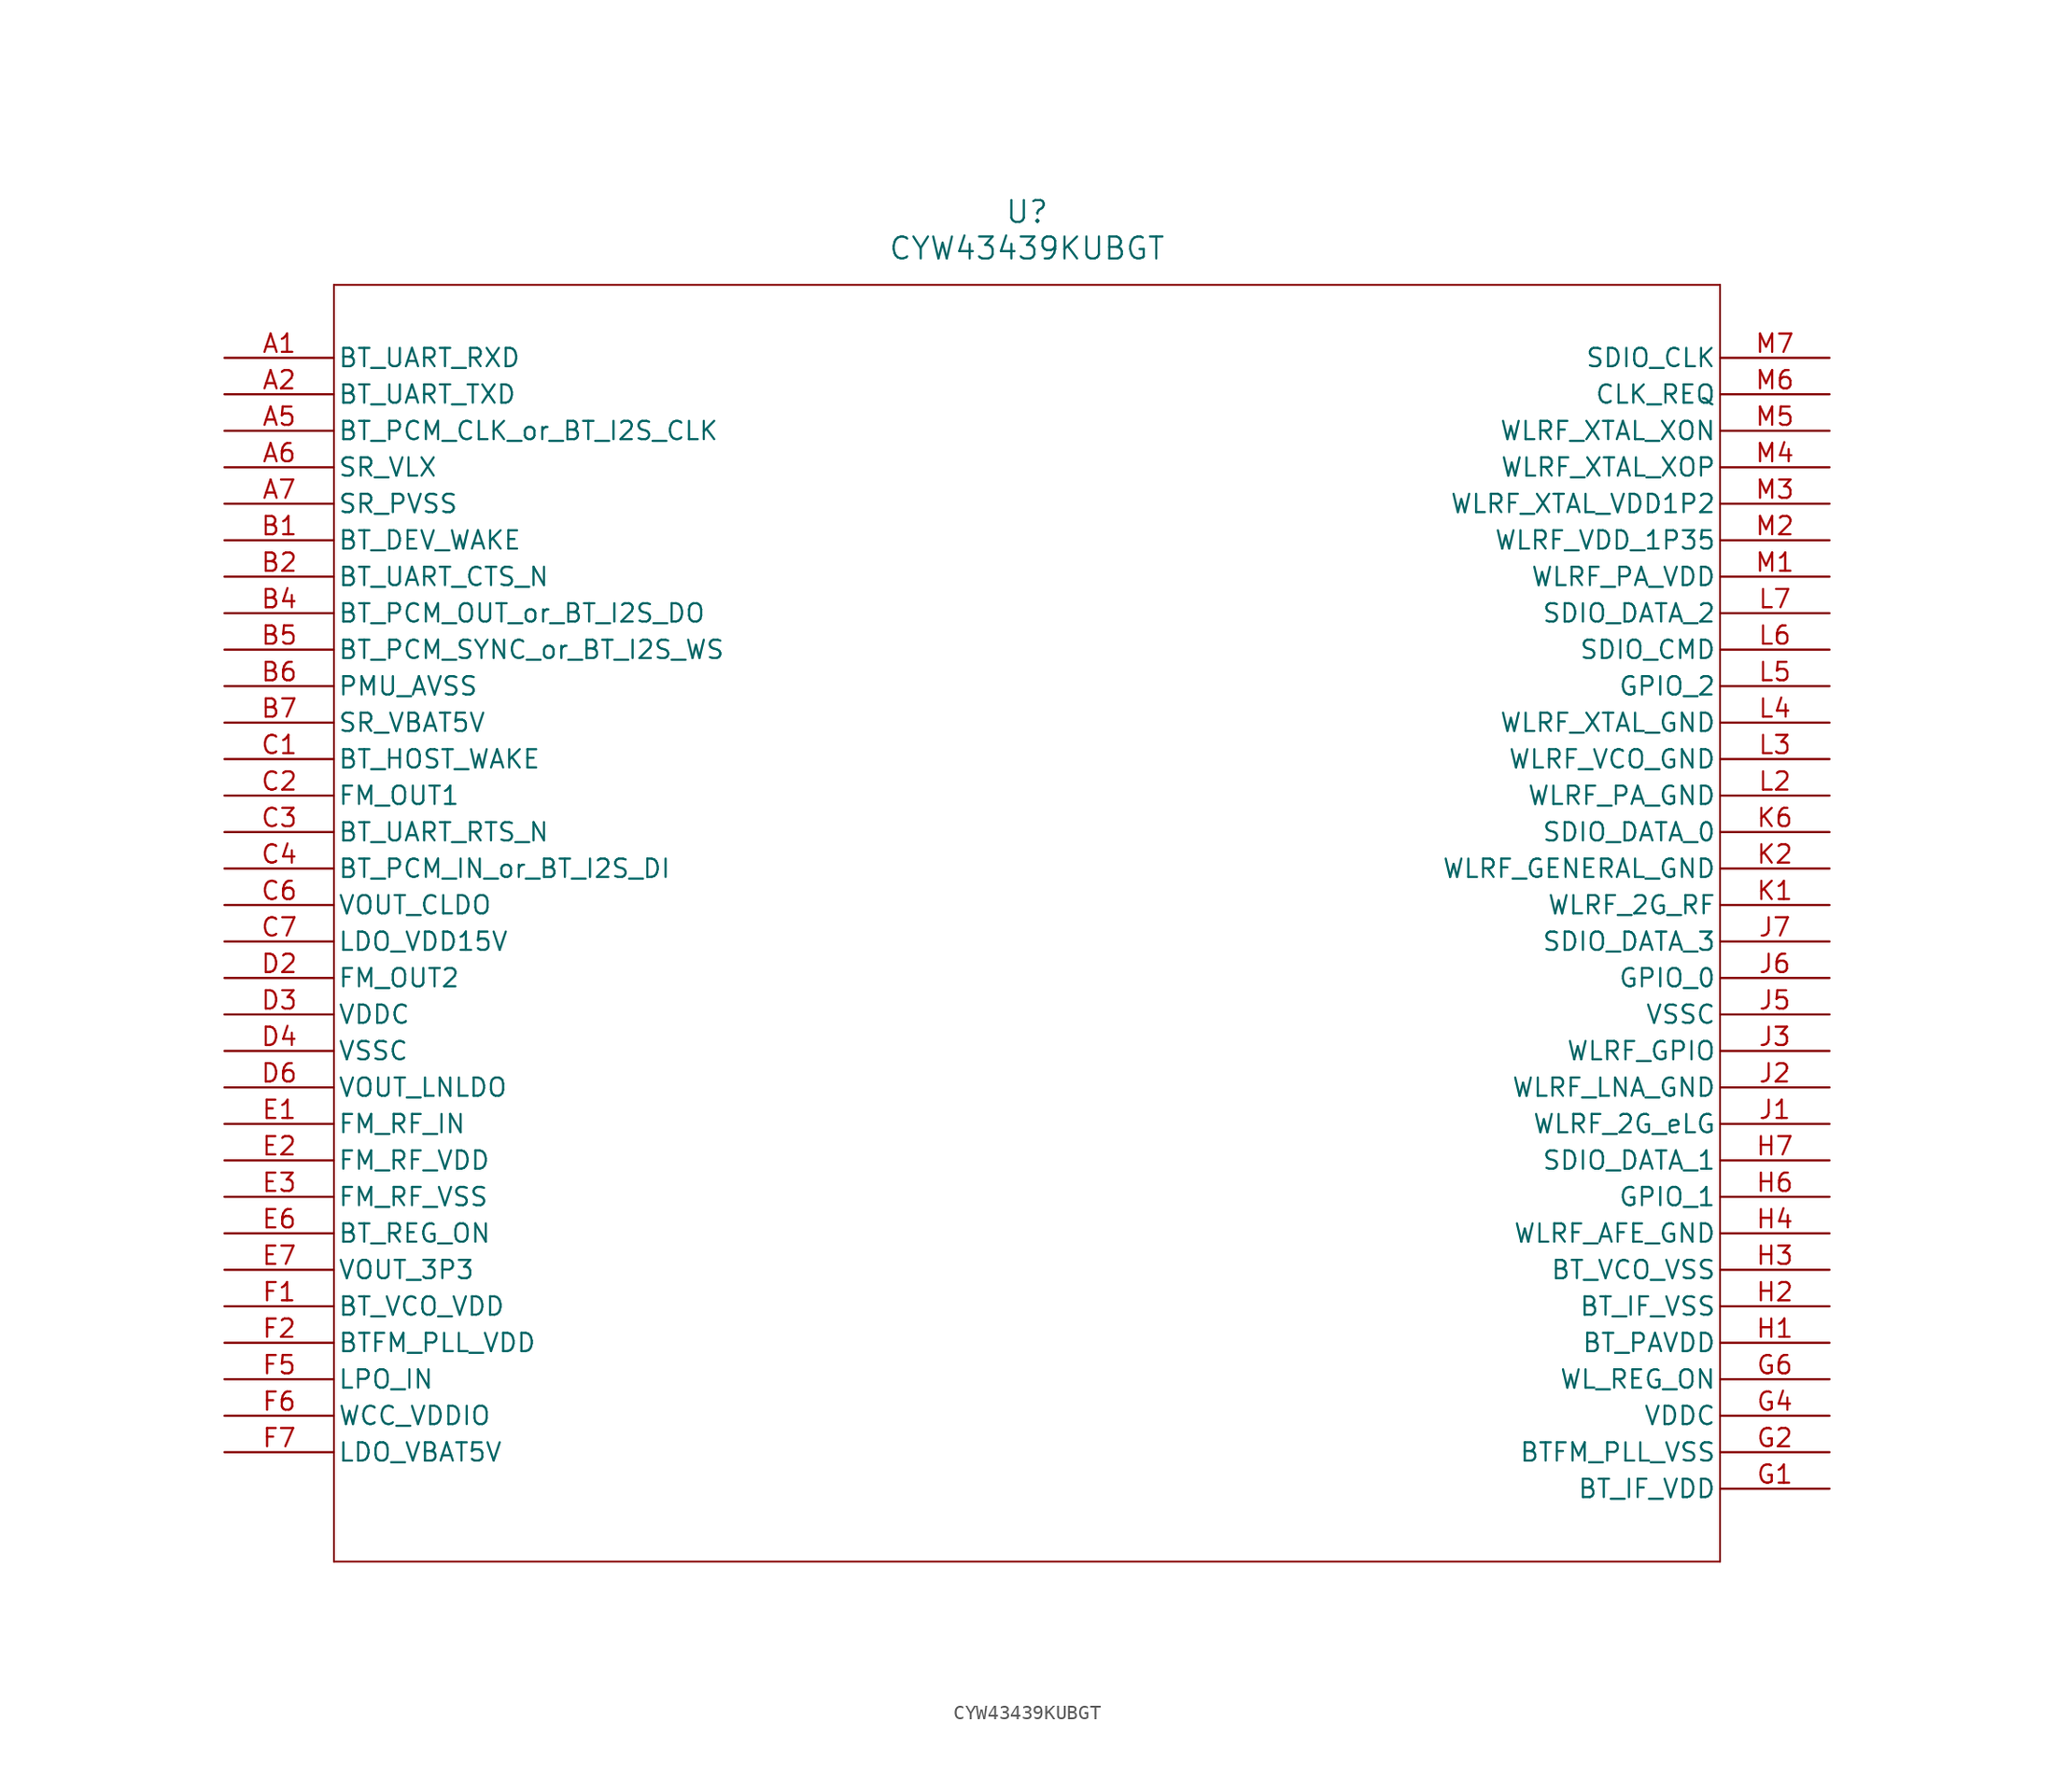
<source format=kicad_sym>
(kicad_symbol_lib
  (version 20211014)
  (generator kicad_symbol_editor)
  (symbol "CYW43439KUBGT"
    (pin_names
      (offset 0.254))
    (property "Reference" "U"
      (at 55.88 10.16 0)
      (effects (font (size 1.524 1.524))))
    (property "Value" "CYW43439KUBGT"
      (at 55.88 7.62 0)
      (effects (font (size 1.524 1.524))))
    (symbol "CYW43439KUBGT_0_1"
      (polyline (pts (xy 7.62 5.08) (xy 7.62 -83.82)) (stroke (width 0.127) (type default) (color 0 0 0 0)) (fill (type none)))
      (polyline (pts (xy 7.62 -83.82) (xy 104.14 -83.82)) (stroke (width 0.127) (type default) (color 0 0 0 0)) (fill (type none)))
      (polyline (pts (xy 104.14 -83.82) (xy 104.14 5.08)) (stroke (width 0.127) (type default) (color 0 0 0 0)) (fill (type none)))
      (polyline (pts (xy 104.14 5.08) (xy 7.62 5.08)) (stroke (width 0.127) (type default) (color 0 0 0 0)) (fill (type none)))
      (pin input line (at 0 0 0) (length 7.62) (name "BT_UART_RXD" (effects (font (size 1.27 1.27)))) (number "A1" (effects (font (size 1.27 1.27)))))
      (pin output line (at 0 -2.54 0) (length 7.62) (name "BT_UART_TXD" (effects (font (size 1.27 1.27)))) (number "A2" (effects (font (size 1.27 1.27)))))
      (pin bidirectional line (at 0 -5.08 0) (length 7.62) (name "BT_PCM_CLK or BT_I2S_CLK" (effects (font (size 1.27 1.27)))) (number "A5" (effects (font (size 1.27 1.27)))))
      (pin output line (at 0 -7.62 0) (length 7.62) (name "SR_VLX" (effects (font (size 1.27 1.27)))) (number "A6" (effects (font (size 1.27 1.27)))))
      (pin power_in line (at 0 -10.16 0) (length 7.62) (name "SR_PVSS" (effects (font (size 1.27 1.27)))) (number "A7" (effects (font (size 1.27 1.27)))))
      (pin bidirectional line (at 0 -12.7 0) (length 7.62) (name "BT_DEV_WAKE" (effects (font (size 1.27 1.27)))) (number "B1" (effects (font (size 1.27 1.27)))))
      (pin input line (at 0 -15.24 0) (length 7.62) (name "BT_UART_CTS_N" (effects (font (size 1.27 1.27)))) (number "B2" (effects (font (size 1.27 1.27)))))
      (pin output line (at 0 -17.78 0) (length 7.62) (name "BT_PCM_OUT or BT_I2S_DO" (effects (font (size 1.27 1.27)))) (number "B4" (effects (font (size 1.27 1.27)))))
      (pin bidirectional line (at 0 -20.32 0) (length 7.62) (name "BT_PCM_SYNC or BT_I2S_WS" (effects (font (size 1.27 1.27)))) (number "B5" (effects (font (size 1.27 1.27)))))
      (pin power_in line (at 0 -22.86 0) (length 7.62) (name "PMU_AVSS" (effects (font (size 1.27 1.27)))) (number "B6" (effects (font (size 1.27 1.27)))))
      (pin input line (at 0 -25.4 0) (length 7.62) (name "SR_VBAT5V" (effects (font (size 1.27 1.27)))) (number "B7" (effects (font (size 1.27 1.27)))))
      (pin bidirectional line (at 0 -27.94 0) (length 7.62) (name "BT_HOST_WAKE" (effects (font (size 1.27 1.27)))) (number "C1" (effects (font (size 1.27 1.27)))))
      (pin output line (at 0 -30.48 0) (length 7.62) (name "FM_OUT1" (effects (font (size 1.27 1.27)))) (number "C2" (effects (font (size 1.27 1.27)))))
      (pin output line (at 0 -33.02 0) (length 7.62) (name "BT_UART_RTS_N" (effects (font (size 1.27 1.27)))) (number "C3" (effects (font (size 1.27 1.27)))))
      (pin input line (at 0 -35.56 0) (length 7.62) (name "BT_PCM_IN or BT_I2S_DI" (effects (font (size 1.27 1.27)))) (number "C4" (effects (font (size 1.27 1.27)))))
      (pin output line (at 0 -38.1 0) (length 7.62) (name "VOUT_CLDO" (effects (font (size 1.27 1.27)))) (number "C6" (effects (font (size 1.27 1.27)))))
      (pin input line (at 0 -40.64 0) (length 7.62) (name "LDO_VDD15V" (effects (font (size 1.27 1.27)))) (number "C7" (effects (font (size 1.27 1.27)))))
      (pin output line (at 0 -43.18 0) (length 7.62) (name "FM_OUT2" (effects (font (size 1.27 1.27)))) (number "D2" (effects (font (size 1.27 1.27)))))
      (pin power_in line (at 0 -45.72 0) (length 7.62) (name "VDDC" (effects (font (size 1.27 1.27)))) (number "D3" (effects (font (size 1.27 1.27)))))
      (pin power_in line (at 0 -48.26 0) (length 7.62) (name "VSSC" (effects (font (size 1.27 1.27)))) (number "D4" (effects (font (size 1.27 1.27)))))
      (pin output line (at 0 -50.8 0) (length 7.62) (name "VOUT_LNLDO" (effects (font (size 1.27 1.27)))) (number "D6" (effects (font (size 1.27 1.27)))))
      (pin input line (at 0 -53.34 0) (length 7.62) (name "FM_RF_IN" (effects (font (size 1.27 1.27)))) (number "E1" (effects (font (size 1.27 1.27)))))
      (pin input line (at 0 -55.88 0) (length 7.62) (name "FM_RF_VDD" (effects (font (size 1.27 1.27)))) (number "E2" (effects (font (size 1.27 1.27)))))
      (pin power_in line (at 0 -58.42 0) (length 7.62) (name "FM_RF_VSS" (effects (font (size 1.27 1.27)))) (number "E3" (effects (font (size 1.27 1.27)))))
      (pin input line (at 0 -60.96 0) (length 7.62) (name "BT_REG_ON" (effects (font (size 1.27 1.27)))) (number "E6" (effects (font (size 1.27 1.27)))))
      (pin power_in line (at 0 -63.5 0) (length 7.62) (name "VOUT_3P3" (effects (font (size 1.27 1.27)))) (number "E7" (effects (font (size 1.27 1.27)))))
      (pin input line (at 0 -66.04 0) (length 7.62) (name "BT_VCO_VDD" (effects (font (size 1.27 1.27)))) (number "F1" (effects (font (size 1.27 1.27)))))
      (pin input line (at 0 -68.58 0) (length 7.62) (name "BTFM_PLL_VDD" (effects (font (size 1.27 1.27)))) (number "F2" (effects (font (size 1.27 1.27)))))
      (pin input line (at 0 -71.12 0) (length 7.62) (name "LPO_IN" (effects (font (size 1.27 1.27)))) (number "F5" (effects (font (size 1.27 1.27)))))
      (pin power_in line (at 0 -73.66 0) (length 7.62) (name "WCC_VDDIO" (effects (font (size 1.27 1.27)))) (number "F6" (effects (font (size 1.27 1.27)))))
      (pin input line (at 0 -76.2 0) (length 7.62) (name "LDO_VBAT5V" (effects (font (size 1.27 1.27)))) (number "F7" (effects (font (size 1.27 1.27)))))
      (pin input line (at 111.76 -78.74 180) (length 7.62) (name "BT_IF_VDD" (effects (font (size 1.27 1.27)))) (number "G1" (effects (font (size 1.27 1.27)))))
      (pin power_in line (at 111.76 -76.2 180) (length 7.62) (name "BTFM_PLL_VSS" (effects (font (size 1.27 1.27)))) (number "G2" (effects (font (size 1.27 1.27)))))
      (pin power_in line (at 111.76 -73.66 180) (length 7.62) (name "VDDC" (effects (font (size 1.27 1.27)))) (number "G4" (effects (font (size 1.27 1.27)))))
      (pin input line (at 111.76 -71.12 180) (length 7.62) (name "WL_REG_ON" (effects (font (size 1.27 1.27)))) (number "G6" (effects (font (size 1.27 1.27)))))
      (pin input line (at 111.76 -68.58 180) (length 7.62) (name "BT_PAVDD" (effects (font (size 1.27 1.27)))) (number "H1" (effects (font (size 1.27 1.27)))))
      (pin power_in line (at 111.76 -66.04 180) (length 7.62) (name "BT_IF_VSS" (effects (font (size 1.27 1.27)))) (number "H2" (effects (font (size 1.27 1.27)))))
      (pin power_in line (at 111.76 -63.5 180) (length 7.62) (name "BT_VCO_VSS" (effects (font (size 1.27 1.27)))) (number "H3" (effects (font (size 1.27 1.27)))))
      (pin power_in line (at 111.76 -60.96 180) (length 7.62) (name "WLRF_AFE_GND" (effects (font (size 1.27 1.27)))) (number "H4" (effects (font (size 1.27 1.27)))))
      (pin bidirectional line (at 111.76 -58.42 180) (length 7.62) (name "GPIO_1" (effects (font (size 1.27 1.27)))) (number "H6" (effects (font (size 1.27 1.27)))))
      (pin bidirectional line (at 111.76 -55.88 180) (length 7.62) (name "SDIO_DATA_1" (effects (font (size 1.27 1.27)))) (number "H7" (effects (font (size 1.27 1.27)))))
      (pin input line (at 111.76 -53.34 180) (length 7.62) (name "WLRF_2G_eLG" (effects (font (size 1.27 1.27)))) (number "J1" (effects (font (size 1.27 1.27)))))
      (pin power_in line (at 111.76 -50.8 180) (length 7.62) (name "WLRF_LNA_GND" (effects (font (size 1.27 1.27)))) (number "J2" (effects (font (size 1.27 1.27)))))
      (pin bidirectional line (at 111.76 -48.26 180) (length 7.62) (name "WLRF_GPIO" (effects (font (size 1.27 1.27)))) (number "J3" (effects (font (size 1.27 1.27)))))
      (pin power_in line (at 111.76 -45.72 180) (length 7.62) (name "VSSC" (effects (font (size 1.27 1.27)))) (number "J5" (effects (font (size 1.27 1.27)))))
      (pin bidirectional line (at 111.76 -43.18 180) (length 7.62) (name "GPIO_0" (effects (font (size 1.27 1.27)))) (number "J6" (effects (font (size 1.27 1.27)))))
      (pin bidirectional line (at 111.76 -40.64 180) (length 7.62) (name "SDIO_DATA_3" (effects (font (size 1.27 1.27)))) (number "J7" (effects (font (size 1.27 1.27)))))
      (pin output line (at 111.76 -38.1 180) (length 7.62) (name "WLRF_2G_RF" (effects (font (size 1.27 1.27)))) (number "K1" (effects (font (size 1.27 1.27)))))
      (pin power_in line (at 111.76 -35.56 180) (length 7.62) (name "WLRF_GENERAL_GND" (effects (font (size 1.27 1.27)))) (number "K2" (effects (font (size 1.27 1.27)))))
      (pin bidirectional line (at 111.76 -33.02 180) (length 7.62) (name "SDIO_DATA_0" (effects (font (size 1.27 1.27)))) (number "K6" (effects (font (size 1.27 1.27)))))
      (pin power_in line (at 111.76 -30.48 180) (length 7.62) (name "WLRF_PA_GND" (effects (font (size 1.27 1.27)))) (number "L2" (effects (font (size 1.27 1.27)))))
      (pin power_in line (at 111.76 -27.94 180) (length 7.62) (name "WLRF_VCO_GND" (effects (font (size 1.27 1.27)))) (number "L3" (effects (font (size 1.27 1.27)))))
      (pin power_in line (at 111.76 -25.4 180) (length 7.62) (name "WLRF_XTAL_GND" (effects (font (size 1.27 1.27)))) (number "L4" (effects (font (size 1.27 1.27)))))
      (pin bidirectional line (at 111.76 -22.86 180) (length 7.62) (name "GPIO_2" (effects (font (size 1.27 1.27)))) (number "L5" (effects (font (size 1.27 1.27)))))
      (pin bidirectional line (at 111.76 -20.32 180) (length 7.62) (name "SDIO_CMD" (effects (font (size 1.27 1.27)))) (number "L6" (effects (font (size 1.27 1.27)))))
      (pin bidirectional line (at 111.76 -17.78 180) (length 7.62) (name "SDIO_DATA_2" (effects (font (size 1.27 1.27)))) (number "L7" (effects (font (size 1.27 1.27)))))
      (pin power_in line (at 111.76 -15.24 180) (length 7.62) (name "WLRF_PA_VDD" (effects (font (size 1.27 1.27)))) (number "M1" (effects (font (size 1.27 1.27)))))
      (pin power_in line (at 111.76 -12.7 180) (length 7.62) (name "WLRF_VDD_1P35" (effects (font (size 1.27 1.27)))) (number "M2" (effects (font (size 1.27 1.27)))))
      (pin power_in line (at 111.76 -10.16 180) (length 7.62) (name "WLRF_XTAL_VDD1P2" (effects (font (size 1.27 1.27)))) (number "M3" (effects (font (size 1.27 1.27)))))
      (pin input line (at 111.76 -7.62 180) (length 7.62) (name "WLRF_XTAL_XOP" (effects (font (size 1.27 1.27)))) (number "M4" (effects (font (size 1.27 1.27)))))
      (pin output line (at 111.76 -5.08 180) (length 7.62) (name "WLRF_XTAL_XON" (effects (font (size 1.27 1.27)))) (number "M5" (effects (font (size 1.27 1.27)))))
      (pin output line (at 111.76 -2.54 180) (length 7.62) (name "CLK_REQ" (effects (font (size 1.27 1.27)))) (number "M6" (effects (font (size 1.27 1.27)))))
      (pin input line (at 111.76 0 180) (length 7.62) (name "SDIO_CLK" (effects (font (size 1.27 1.27)))) (number "M7" (effects (font (size 1.27 1.27))))))))
</source>
